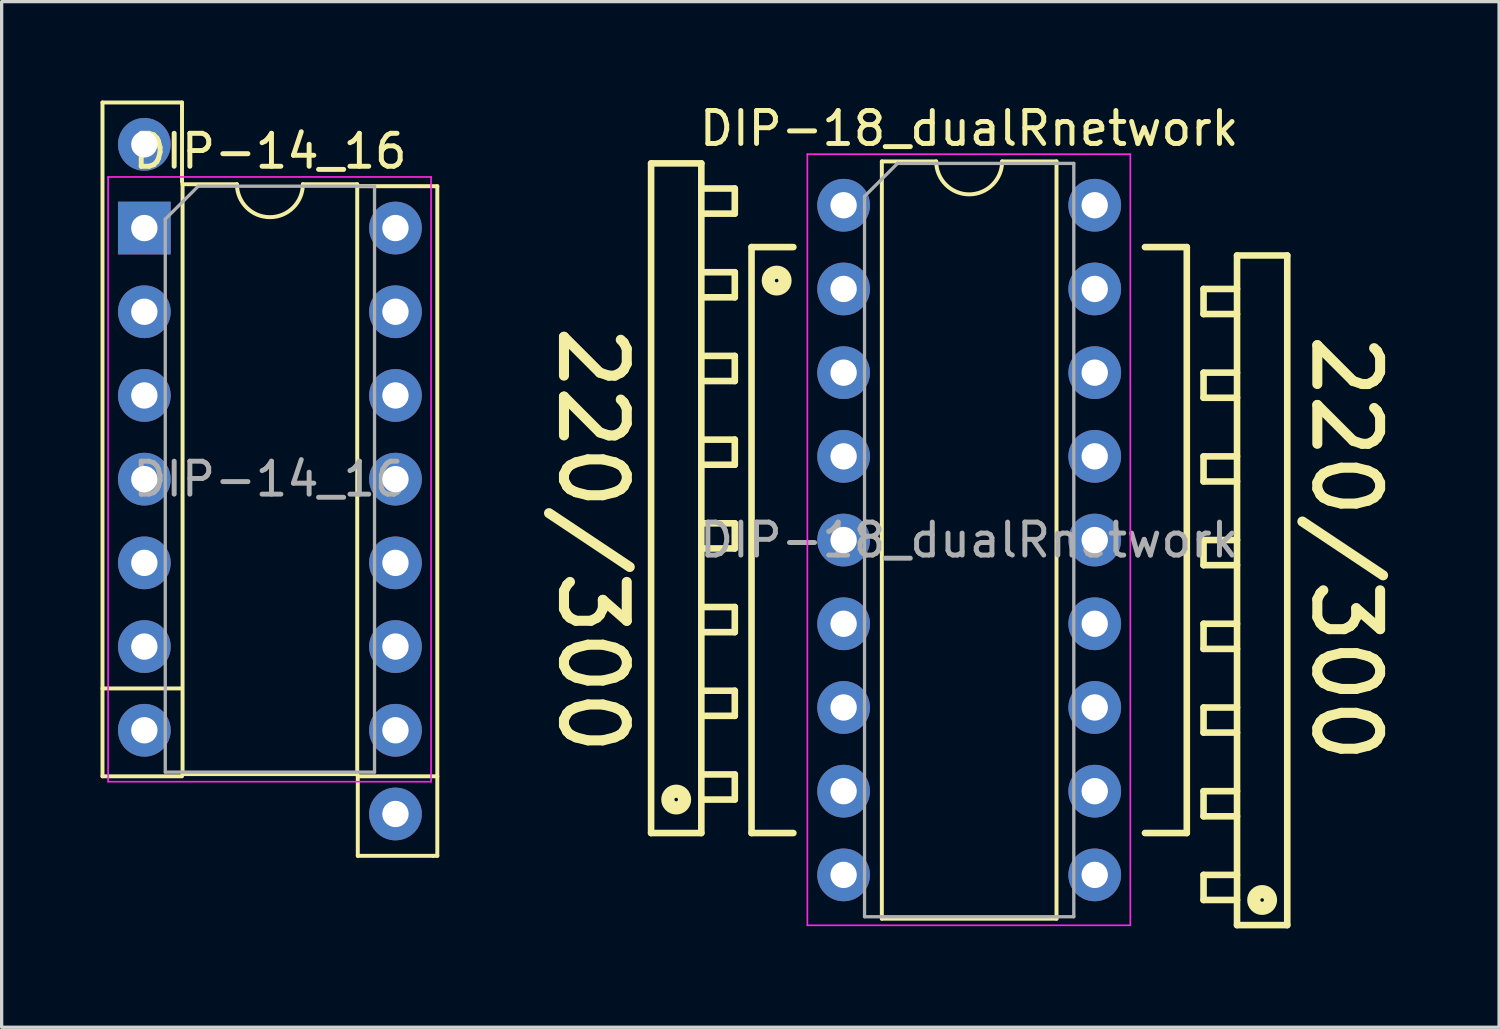
<source format=kicad_pcb>
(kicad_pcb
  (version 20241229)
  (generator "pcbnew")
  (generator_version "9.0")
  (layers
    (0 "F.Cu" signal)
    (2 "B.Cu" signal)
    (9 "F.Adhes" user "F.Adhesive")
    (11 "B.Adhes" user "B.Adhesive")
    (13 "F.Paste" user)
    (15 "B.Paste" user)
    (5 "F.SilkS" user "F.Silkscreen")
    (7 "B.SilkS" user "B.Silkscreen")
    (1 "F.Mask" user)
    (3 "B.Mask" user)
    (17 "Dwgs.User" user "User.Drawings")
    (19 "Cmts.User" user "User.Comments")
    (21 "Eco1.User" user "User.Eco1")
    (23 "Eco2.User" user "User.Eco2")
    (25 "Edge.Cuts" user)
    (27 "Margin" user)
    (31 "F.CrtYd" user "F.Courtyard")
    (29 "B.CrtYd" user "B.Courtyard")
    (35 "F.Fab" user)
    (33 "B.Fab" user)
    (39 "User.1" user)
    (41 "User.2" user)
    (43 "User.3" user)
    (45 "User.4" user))
  (footprint "DIP-18_dualRnetwork"
    (layer "F.Cu")
    (at 22.549 3.178)
    (property "Reference" "DIP-18_dualRnetwork" (at 3.81 -2.33 0) (layer "F.SilkS") (effects (font (size 1 1) (thickness 0.15))))
    (attr through_hole)
    (fp_line (start -5.842 -1.27) (end -4.318 -1.27) (stroke (width 0.2) (type solid)) (layer "F.SilkS"))
    (fp_line (start -5.842 19.05) (end -5.842 -1.27) (stroke (width 0.2) (type solid)) (layer "F.SilkS"))
    (fp_line (start -5.842 19.05) (end -4.318 19.05) (stroke (width 0.2) (type solid)) (layer "F.SilkS"))
    (fp_line (start -4.318 -0.508) (end -3.302 -0.508) (stroke (width 0.2) (type solid)) (layer "F.SilkS"))
    (fp_line (start -4.318 0.254) (end -3.302 0.254) (stroke (width 0.2) (type solid)) (layer "F.SilkS"))
    (fp_line (start -4.318 2.032) (end -3.302 2.032) (stroke (width 0.2) (type solid)) (layer "F.SilkS"))
    (fp_line (start -4.318 2.794) (end -3.302 2.794) (stroke (width 0.2) (type solid)) (layer "F.SilkS"))
    (fp_line (start -4.318 4.572) (end -3.302 4.572) (stroke (width 0.2) (type solid)) (layer "F.SilkS"))
    (fp_line (start -4.318 5.334) (end -3.302 5.334) (stroke (width 0.2) (type solid)) (layer "F.SilkS"))
    (fp_line (start -4.318 7.112) (end -3.302 7.112) (stroke (width 0.2) (type solid)) (layer "F.SilkS"))
    (fp_line (start -4.318 7.874) (end -3.302 7.874) (stroke (width 0.2) (type solid)) (layer "F.SilkS"))
    (fp_line (start -4.318 9.652) (end -3.302 9.652) (stroke (width 0.2) (type solid)) (layer "F.SilkS"))
    (fp_line (start -4.318 10.414) (end -3.302 10.414) (stroke (width 0.2) (type solid)) (layer "F.SilkS"))
    (fp_line (start -4.318 12.192) (end -3.302 12.192) (stroke (width 0.2) (type solid)) (layer "F.SilkS"))
    (fp_line (start -4.318 12.954) (end -3.302 12.954) (stroke (width 0.2) (type solid)) (layer "F.SilkS"))
    (fp_line (start -4.318 14.732) (end -3.302 14.732) (stroke (width 0.2) (type solid)) (layer "F.SilkS"))
    (fp_line (start -4.318 15.494) (end -3.302 15.494) (stroke (width 0.2) (type solid)) (layer "F.SilkS"))
    (fp_line (start -4.318 17.272) (end -3.302 17.272) (stroke (width 0.2) (type solid)) (layer "F.SilkS"))
    (fp_line (start -4.318 18.034) (end -3.302 18.034) (stroke (width 0.2) (type solid)) (layer "F.SilkS"))
    (fp_line (start -4.318 19.05) (end -4.318 -1.27) (stroke (width 0.2) (type solid)) (layer "F.SilkS"))
    (fp_line (start -3.302 0.254) (end -3.302 -0.508) (stroke (width 0.2) (type solid)) (layer "F.SilkS"))
    (fp_line (start -3.302 2.794) (end -3.302 2.032) (stroke (width 0.2) (type solid)) (layer "F.SilkS"))
    (fp_line (start -3.302 5.334) (end -3.302 4.572) (stroke (width 0.2) (type solid)) (layer "F.SilkS"))
    (fp_line (start -3.302 7.874) (end -3.302 7.112) (stroke (width 0.2) (type solid)) (layer "F.SilkS"))
    (fp_line (start -3.302 10.414) (end -3.302 9.652) (stroke (width 0.2) (type solid)) (layer "F.SilkS"))
    (fp_line (start -3.302 12.954) (end -3.302 12.192) (stroke (width 0.2) (type solid)) (layer "F.SilkS"))
    (fp_line (start -3.302 15.494) (end -3.302 14.732) (stroke (width 0.2) (type solid)) (layer "F.SilkS"))
    (fp_line (start -3.302 18.034) (end -3.302 17.272) (stroke (width 0.2) (type solid)) (layer "F.SilkS"))
    (fp_line (start -2.794 1.27) (end -2.794 19.05) (stroke (width 0.2) (type solid)) (layer "F.SilkS"))
    (fp_line (start -2.794 19.05) (end -1.524 19.05) (stroke (width 0.2) (type solid)) (layer "F.SilkS"))
    (fp_line (start -1.524 1.27) (end -2.794 1.27) (stroke (width 0.2) (type solid)) (layer "F.SilkS"))
    (fp_line (start 1.16 -1.33) (end 1.16 21.65) (stroke (width 0.12) (type solid)) (layer "F.SilkS"))
    (fp_line (start 1.16 21.65) (end 6.46 21.65) (stroke (width 0.12) (type solid)) (layer "F.SilkS"))
    (fp_line (start 2.81 -1.33) (end 1.16 -1.33) (stroke (width 0.12) (type solid)) (layer "F.SilkS"))
    (fp_line (start 6.46 -1.33) (end 4.81 -1.33) (stroke (width 0.12) (type solid)) (layer "F.SilkS"))
    (fp_line (start 6.46 21.65) (end 6.46 -1.33) (stroke (width 0.12) (type solid)) (layer "F.SilkS"))
    (fp_line (start 9.144 19.05) (end 10.414 19.05) (stroke (width 0.2) (type solid)) (layer "F.SilkS"))
    (fp_line (start 10.414 1.27) (end 9.144 1.27) (stroke (width 0.2) (type solid)) (layer "F.SilkS"))
    (fp_line (start 10.414 19.05) (end 10.414 1.27) (stroke (width 0.2) (type solid)) (layer "F.SilkS"))
    (fp_line (start 10.922 2.54) (end 10.922 3.302) (stroke (width 0.2) (type solid)) (layer "F.SilkS"))
    (fp_line (start 10.922 5.08) (end 10.922 5.842) (stroke (width 0.2) (type solid)) (layer "F.SilkS"))
    (fp_line (start 10.922 7.62) (end 10.922 8.382) (stroke (width 0.2) (type solid)) (layer "F.SilkS"))
    (fp_line (start 10.922 10.16) (end 10.922 10.922) (stroke (width 0.2) (type solid)) (layer "F.SilkS"))
    (fp_line (start 10.922 12.7) (end 10.922 13.462) (stroke (width 0.2) (type solid)) (layer "F.SilkS"))
    (fp_line (start 10.922 15.24) (end 10.922 16.002) (stroke (width 0.2) (type solid)) (layer "F.SilkS"))
    (fp_line (start 10.922 17.78) (end 10.922 18.542) (stroke (width 0.2) (type solid)) (layer "F.SilkS"))
    (fp_line (start 10.922 20.32) (end 10.922 21.082) (stroke (width 0.2) (type solid)) (layer "F.SilkS"))
    (fp_line (start 11.938 1.524) (end 11.938 21.844) (stroke (width 0.2) (type solid)) (layer "F.SilkS"))
    (fp_line (start 11.938 2.54) (end 10.922 2.54) (stroke (width 0.2) (type solid)) (layer "F.SilkS"))
    (fp_line (start 11.938 3.302) (end 10.922 3.302) (stroke (width 0.2) (type solid)) (layer "F.SilkS"))
    (fp_line (start 11.938 5.08) (end 10.922 5.08) (stroke (width 0.2) (type solid)) (layer "F.SilkS"))
    (fp_line (start 11.938 5.842) (end 10.922 5.842) (stroke (width 0.2) (type solid)) (layer "F.SilkS"))
    (fp_line (start 11.938 7.62) (end 10.922 7.62) (stroke (width 0.2) (type solid)) (layer "F.SilkS"))
    (fp_line (start 11.938 8.382) (end 10.922 8.382) (stroke (width 0.2) (type solid)) (layer "F.SilkS"))
    (fp_line (start 11.938 10.16) (end 10.922 10.16) (stroke (width 0.2) (type solid)) (layer "F.SilkS"))
    (fp_line (start 11.938 10.922) (end 10.922 10.922) (stroke (width 0.2) (type solid)) (layer "F.SilkS"))
    (fp_line (start 11.938 12.7) (end 10.922 12.7) (stroke (width 0.2) (type solid)) (layer "F.SilkS"))
    (fp_line (start 11.938 13.462) (end 10.922 13.462) (stroke (width 0.2) (type solid)) (layer "F.SilkS"))
    (fp_line (start 11.938 15.24) (end 10.922 15.24) (stroke (width 0.2) (type solid)) (layer "F.SilkS"))
    (fp_line (start 11.938 16.002) (end 10.922 16.002) (stroke (width 0.2) (type solid)) (layer "F.SilkS"))
    (fp_line (start 11.938 17.78) (end 10.922 17.78) (stroke (width 0.2) (type solid)) (layer "F.SilkS"))
    (fp_line (start 11.938 18.542) (end 10.922 18.542) (stroke (width 0.2) (type solid)) (layer "F.SilkS"))
    (fp_line (start 11.938 20.32) (end 10.922 20.32) (stroke (width 0.2) (type solid)) (layer "F.SilkS"))
    (fp_line (start 11.938 21.082) (end 10.922 21.082) (stroke (width 0.2) (type solid)) (layer "F.SilkS"))
    (fp_line (start 13.462 1.524) (end 11.938 1.524) (stroke (width 0.2) (type solid)) (layer "F.SilkS"))
    (fp_line (start 13.462 1.524) (end 13.462 21.844) (stroke (width 0.2) (type solid)) (layer "F.SilkS"))
    (fp_line (start 13.462 21.844) (end 11.938 21.844) (stroke (width 0.2) (type solid)) (layer "F.SilkS"))
    (fp_arc (start 4.81 -1.33) (mid 3.81 -0.33) (end 2.81 -1.33) (stroke (width 0.12) (type solid)) (layer "F.SilkS"))
    (fp_circle (center -5.08 18.034) (end -4.826 18.034) (stroke (width 0.4) (type solid)) (fill no) (layer "F.SilkS"))
    (fp_circle (center -2.032 2.286) (end -1.778 2.286) (stroke (width 0.4) (type solid)) (fill no) (layer "F.SilkS"))
    (fp_circle (center 12.7 21.082) (end 12.446 21.082) (stroke (width 0.4) (type solid)) (fill no) (layer "F.SilkS"))
    (fp_line (start -1.1 -1.55) (end -1.1 21.85) (stroke (width 0.05) (type solid)) (layer "F.CrtYd"))
    (fp_line (start -1.1 21.85) (end 8.7 21.85) (stroke (width 0.05) (type solid)) (layer "F.CrtYd"))
    (fp_line (start 8.7 -1.55) (end -1.1 -1.55) (stroke (width 0.05) (type solid)) (layer "F.CrtYd"))
    (fp_line (start 8.7 21.85) (end 8.7 -1.55) (stroke (width 0.05) (type solid)) (layer "F.CrtYd"))
    (fp_line (start 0.635 -0.27) (end 1.635 -1.27) (stroke (width 0.1) (type solid)) (layer "F.Fab"))
    (fp_line (start 0.635 21.59) (end 0.635 -0.27) (stroke (width 0.1) (type solid)) (layer "F.Fab"))
    (fp_line (start 1.635 -1.27) (end 6.985 -1.27) (stroke (width 0.1) (type solid)) (layer "F.Fab"))
    (fp_line (start 6.985 -1.27) (end 6.985 21.59) (stroke (width 0.1) (type solid)) (layer "F.Fab"))
    (fp_line (start 6.985 21.59) (end 0.635 21.59) (stroke (width 0.1) (type solid)) (layer "F.Fab"))
    (fp_text user "220/300" (at 15.24 10.414 270) (unlocked yes) (layer "F.SilkS") (effects (font (size 1.905 1.905) (thickness 0.305))))
    (fp_text user "220/300" (at -7.62 10.16 270) (unlocked yes) (layer "F.SilkS") (effects (font (size 1.905 1.905) (thickness 0.305))))
    (fp_text user "${REFERENCE}" (at 3.81 10.16 0) (layer "F.Fab") (effects (font (size 1 1) (thickness 0.15))))
    (pad "0" thru_hole oval (at 0 20.32) (size 1.6 1.6) (drill 0.8) (layers "*.Cu" "*.Mask"))
    (pad "0" thru_hole oval (at 7.62 0) (size 1.6 1.6) (drill 0.8) (layers "*.Cu" "*.Mask"))
    (pad "1" thru_hole oval (at 0 2.54) (size 1.6 1.6) (drill 0.8) (layers "*.Cu" "*.Mask"))
    (pad "2" thru_hole oval (at 0 5.08) (size 1.6 1.6) (drill 0.8) (layers "*.Cu" "*.Mask"))
    (pad "3" thru_hole oval (at 0 7.62) (size 1.6 1.6) (drill 0.8) (layers "*.Cu" "*.Mask"))
    (pad "4" thru_hole oval (at 0 10.16) (size 1.6 1.6) (drill 0.8) (layers "*.Cu" "*.Mask"))
    (pad "5" thru_hole oval (at 0 12.7) (size 1.6 1.6) (drill 0.8) (layers "*.Cu" "*.Mask"))
    (pad "6" thru_hole oval (at 0 15.24) (size 1.6 1.6) (drill 0.8) (layers "*.Cu" "*.Mask"))
    (pad "7" thru_hole oval (at 0 17.78) (size 1.6 1.6) (drill 0.8) (layers "*.Cu" "*.Mask"))
    (pad "7" thru_hole oval (at 7.62 20.32) (size 1.6 1.6) (drill 0.8) (layers "*.Cu" "*.Mask"))
    (pad "8" thru_hole oval (at 7.62 17.78) (size 1.6 1.6) (drill 0.8) (layers "*.Cu" "*.Mask"))
    (pad "9" thru_hole oval (at 7.62 15.24) (size 1.6 1.6) (drill 0.8) (layers "*.Cu" "*.Mask"))
    (pad "10" thru_hole oval (at 7.62 12.7) (size 1.6 1.6) (drill 0.8) (layers "*.Cu" "*.Mask"))
    (pad "11" thru_hole oval (at 7.62 10.16) (size 1.6 1.6) (drill 0.8) (layers "*.Cu" "*.Mask"))
    (pad "12" thru_hole oval (at 7.62 7.62) (size 1.6 1.6) (drill 0.8) (layers "*.Cu" "*.Mask"))
    (pad "13" thru_hole oval (at 7.62 5.08) (size 1.6 1.6) (drill 0.8) (layers "*.Cu" "*.Mask"))
    (pad "14" thru_hole circle (at 0 0) (size 1.6 1.6) (drill 0.8) (layers "*.Cu" "*.Mask"))
    (pad "14" thru_hole oval (at 7.62 2.54) (size 1.6 1.6) (drill 0.8) (layers "*.Cu" "*.Mask")))
  (footprint "DIP-14_16"
    (layer "F.Cu")
    (at 1.33 3.87)
    (property "Reference" "DIP-14_16" (at 3.81 -2.33 0) (layer "F.SilkS") (effects (font (size 1 1) (thickness 0.15))))
    (attr through_hole)
    (fp_line (start -1.27 -3.81) (end -1.27 16.637) (stroke (width 0.12) (type solid)) (layer "F.SilkS"))
    (fp_line (start -1.27 13.97) (end 1.143 13.97) (stroke (width 0.12) (type solid)) (layer "F.SilkS"))
    (fp_line (start -1.27 16.637) (end 1.143 16.637) (stroke (width 0.12) (type solid)) (layer "F.SilkS"))
    (fp_line (start 1.143 -3.81) (end -1.27 -3.81) (stroke (width 0.12) (type solid)) (layer "F.SilkS"))
    (fp_line (start 1.143 -1.397) (end 1.143 -3.81) (stroke (width 0.12) (type solid)) (layer "F.SilkS"))
    (fp_line (start 1.16 -1.33) (end 1.16 16.57) (stroke (width 0.12) (type solid)) (layer "F.SilkS"))
    (fp_line (start 1.16 16.57) (end 6.46 16.57) (stroke (width 0.12) (type solid)) (layer "F.SilkS"))
    (fp_line (start 2.81 -1.33) (end 1.16 -1.33) (stroke (width 0.12) (type solid)) (layer "F.SilkS"))
    (fp_line (start 6.46 -1.33) (end 4.81 -1.33) (stroke (width 0.12) (type solid)) (layer "F.SilkS"))
    (fp_line (start 6.46 16.57) (end 6.46 -1.33) (stroke (width 0.12) (type solid)) (layer "F.SilkS"))
    (fp_line (start 6.477 19.05) (end 6.477 16.637) (stroke (width 0.12) (type solid)) (layer "F.SilkS"))
    (fp_line (start 6.477 19.05) (end 8.763 19.05) (stroke (width 0.12) (type solid)) (layer "F.SilkS"))
    (fp_line (start 8.763 19.05) (end 8.89 19.05) (stroke (width 0.12) (type solid)) (layer "F.SilkS"))
    (fp_line (start 8.89 -1.27) (end 6.477 -1.27) (stroke (width 0.12) (type solid)) (layer "F.SilkS"))
    (fp_line (start 8.89 16.637) (end 6.477 16.637) (stroke (width 0.12) (type solid)) (layer "F.SilkS"))
    (fp_line (start 8.89 19.05) (end 8.89 -1.27) (stroke (width 0.12) (type solid)) (layer "F.SilkS"))
    (fp_arc (start 4.81 -1.33) (mid 3.81 -0.33) (end 2.81 -1.33) (stroke (width 0.12) (type solid)) (layer "F.SilkS"))
    (fp_line (start -1.1 -1.55) (end -1.1 16.8) (stroke (width 0.05) (type solid)) (layer "F.CrtYd"))
    (fp_line (start -1.1 16.8) (end 8.7 16.8) (stroke (width 0.05) (type solid)) (layer "F.CrtYd"))
    (fp_line (start 8.7 -1.55) (end -1.1 -1.55) (stroke (width 0.05) (type solid)) (layer "F.CrtYd"))
    (fp_line (start 8.7 16.8) (end 8.7 -1.55) (stroke (width 0.05) (type solid)) (layer "F.CrtYd"))
    (fp_line (start 0.635 -0.27) (end 1.635 -1.27) (stroke (width 0.1) (type solid)) (layer "F.Fab"))
    (fp_line (start 0.635 16.51) (end 0.635 -0.27) (stroke (width 0.1) (type solid)) (layer "F.Fab"))
    (fp_line (start 1.635 -1.27) (end 6.985 -1.27) (stroke (width 0.1) (type solid)) (layer "F.Fab"))
    (fp_line (start 6.985 -1.27) (end 6.985 16.51) (stroke (width 0.1) (type solid)) (layer "F.Fab"))
    (fp_line (start 6.985 16.51) (end 0.635 16.51) (stroke (width 0.1) (type solid)) (layer "F.Fab"))
    (fp_text user "${REFERENCE}" (at 3.81 7.62 0) (layer "F.Fab") (effects (font (size 1 1) (thickness 0.15))))
    (pad "1" thru_hole rect (at 0 0) (size 1.6 1.6) (drill 0.8) (layers "*.Cu" "*.Mask"))
    (pad "2" thru_hole oval (at 0 2.54) (size 1.6 1.6) (drill 0.8) (layers "*.Cu" "*.Mask"))
    (pad "3" thru_hole oval (at 0 5.08) (size 1.6 1.6) (drill 0.8) (layers "*.Cu" "*.Mask"))
    (pad "4" thru_hole oval (at 0 7.62) (size 1.6 1.6) (drill 0.8) (layers "*.Cu" "*.Mask"))
    (pad "5" thru_hole oval (at 0 10.16) (size 1.6 1.6) (drill 0.8) (layers "*.Cu" "*.Mask"))
    (pad "6" thru_hole oval (at 0 12.7) (size 1.6 1.6) (drill 0.8) (layers "*.Cu" "*.Mask"))
    (pad "7" thru_hole oval (at 0 15.24) (size 1.6 1.6) (drill 0.8) (layers "*.Cu" "*.Mask"))
    (pad "7" thru_hole oval (at 7.62 17.78) (size 1.6 1.6) (drill 0.8) (layers "*.Cu" "*.Mask"))
    (pad "8" thru_hole oval (at 7.62 15.24) (size 1.6 1.6) (drill 0.8) (layers "*.Cu" "*.Mask"))
    (pad "9" thru_hole oval (at 7.62 12.7) (size 1.6 1.6) (drill 0.8) (layers "*.Cu" "*.Mask"))
    (pad "10" thru_hole oval (at 7.62 10.16) (size 1.6 1.6) (drill 0.8) (layers "*.Cu" "*.Mask"))
    (pad "11" thru_hole oval (at 7.62 7.62) (size 1.6 1.6) (drill 0.8) (layers "*.Cu" "*.Mask"))
    (pad "12" thru_hole oval (at 7.62 5.08) (size 1.6 1.6) (drill 0.8) (layers "*.Cu" "*.Mask"))
    (pad "13" thru_hole oval (at 7.62 2.54) (size 1.6 1.6) (drill 0.8) (layers "*.Cu" "*.Mask"))
    (pad "14" thru_hole oval (at 0 -2.54) (size 1.6 1.6) (drill 0.8) (layers "*.Cu" "*.Mask"))
    (pad "14" thru_hole oval (at 7.62 0) (size 1.6 1.6) (drill 0.8) (layers "*.Cu" "*.Mask")))
  (gr_rect
    (start -3 -3)
    (end 42.439 28.122)
    (stroke (width 0.1) (type default))
    (fill no)
    (layer "Edge.Cuts")))
</source>
